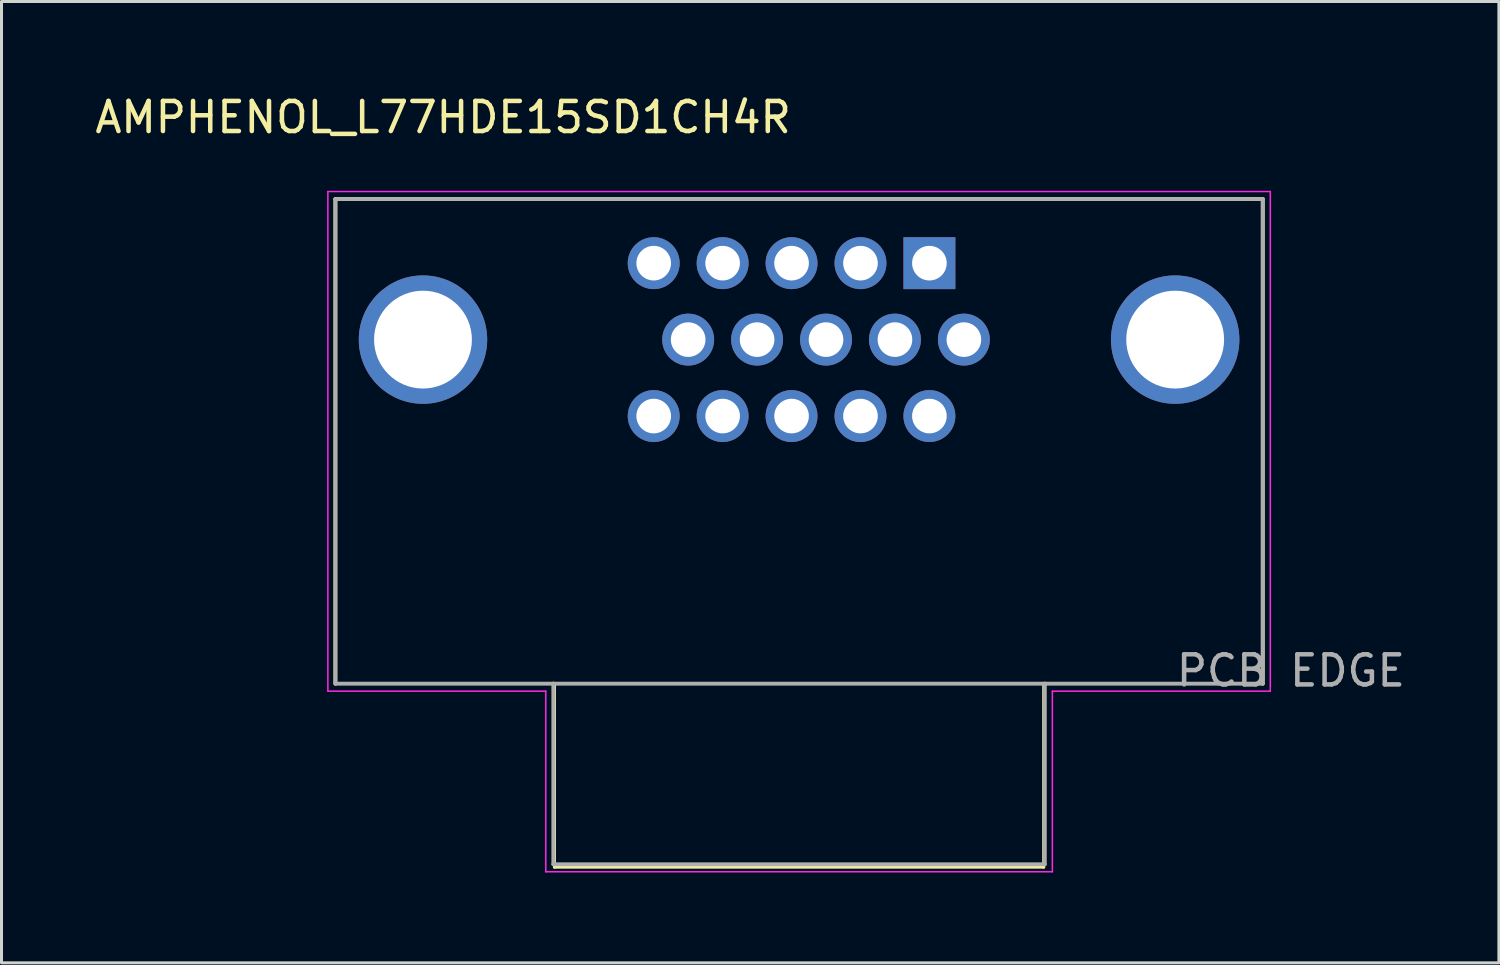
<source format=kicad_pcb>
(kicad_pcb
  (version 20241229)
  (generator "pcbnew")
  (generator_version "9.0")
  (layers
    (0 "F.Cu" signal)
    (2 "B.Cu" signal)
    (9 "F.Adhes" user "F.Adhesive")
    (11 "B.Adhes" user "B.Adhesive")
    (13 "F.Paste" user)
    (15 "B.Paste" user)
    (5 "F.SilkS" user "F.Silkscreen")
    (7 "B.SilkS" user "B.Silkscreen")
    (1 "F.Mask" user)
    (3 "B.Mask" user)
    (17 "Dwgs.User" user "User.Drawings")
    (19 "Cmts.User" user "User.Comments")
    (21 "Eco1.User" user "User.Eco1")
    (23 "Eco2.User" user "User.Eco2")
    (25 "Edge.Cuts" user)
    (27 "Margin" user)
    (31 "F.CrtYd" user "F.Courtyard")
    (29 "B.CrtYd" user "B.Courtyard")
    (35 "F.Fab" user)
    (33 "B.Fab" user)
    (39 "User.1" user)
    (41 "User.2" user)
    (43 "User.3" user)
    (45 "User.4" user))
  (footprint "AMPHENOL_L77HDE15SD1CH4R"
    (layer "F.Cu")
    (at 23.498 8.233)
    (property "Reference" "AMPHENOL_L77HDE15SD1CH4R" (at -11.825 -7.385 0) (layer "F.SilkS") (effects (font (size 1 1) (thickness 0.15))))
    (attr through_hole)
    (fp_line (start -15.405 -4.67) (end 15.405 -4.67) (stroke (width 0.127) (type solid)) (layer "F.SilkS"))
    (fp_line (start -15.405 11.43) (end -15.405 -4.67) (stroke (width 0.127) (type solid)) (layer "F.SilkS"))
    (fp_line (start -15.405 11.43) (end 15.405 11.43) (stroke (width 0.1) (type default)) (layer "F.SilkS"))
    (fp_line (start -8.128 11.43) (end -8.128 17.526) (stroke (width 0.1) (type default)) (layer "F.SilkS"))
    (fp_line (start -8.128 17.526) (end 8.128 17.526) (stroke (width 0.1) (type default)) (layer "F.SilkS"))
    (fp_line (start 8.128 11.43) (end 8.128 17.526) (stroke (width 0.1) (type default)) (layer "F.SilkS"))
    (fp_line (start 15.405 -4.67) (end 15.405 11.43) (stroke (width 0.127) (type solid)) (layer "F.SilkS"))
    (fp_line (start -15.655 -4.92) (end 15.655 -4.92) (stroke (width 0.05) (type solid)) (layer "F.CrtYd"))
    (fp_line (start -15.655 11.68) (end -15.655 -4.92) (stroke (width 0.05) (type solid)) (layer "F.CrtYd"))
    (fp_line (start -8.415 11.68) (end -15.655 11.68) (stroke (width 0.05) (type solid)) (layer "F.CrtYd"))
    (fp_line (start -8.415 17.68) (end -8.415 11.68) (stroke (width 0.05) (type solid)) (layer "F.CrtYd"))
    (fp_line (start 8.415 11.68) (end 8.415 17.68) (stroke (width 0.05) (type solid)) (layer "F.CrtYd"))
    (fp_line (start 8.415 17.68) (end -8.415 17.68) (stroke (width 0.05) (type solid)) (layer "F.CrtYd"))
    (fp_line (start 15.655 -4.92) (end 15.655 11.68) (stroke (width 0.05) (type solid)) (layer "F.CrtYd"))
    (fp_line (start 15.655 11.68) (end 8.415 11.68) (stroke (width 0.05) (type solid)) (layer "F.CrtYd"))
    (fp_line (start -15.405 -4.67) (end 15.405 -4.67) (stroke (width 0.127) (type solid)) (layer "F.Fab"))
    (fp_line (start -15.405 11.43) (end -15.405 -4.67) (stroke (width 0.127) (type solid)) (layer "F.Fab"))
    (fp_line (start -8.165 11.43) (end -15.405 11.43) (stroke (width 0.127) (type solid)) (layer "F.Fab"))
    (fp_line (start -8.165 11.43) (end -8.165 17.43) (stroke (width 0.127) (type solid)) (layer "F.Fab"))
    (fp_line (start -8.165 17.43) (end 8.165 17.43) (stroke (width 0.127) (type solid)) (layer "F.Fab"))
    (fp_line (start 8.165 11.43) (end -8.165 11.43) (stroke (width 0.127) (type solid)) (layer "F.Fab"))
    (fp_line (start 8.165 17.43) (end 8.165 11.43) (stroke (width 0.127) (type solid)) (layer "F.Fab"))
    (fp_line (start 15.405 -4.67) (end 15.405 11.43) (stroke (width 0.127) (type solid)) (layer "F.Fab"))
    (fp_line (start 15.405 11.43) (end 8.165 11.43) (stroke (width 0.127) (type solid)) (layer "F.Fab"))
    (fp_text user "PCB EDGE" (at 16.34 11 0) (layer "F.Fab") (effects (font (size 1 1) (thickness 0.15))))
    (pad "1" thru_hole rect (at 4.33 -2.54) (size 1.725 1.725) (drill 1.15) (layers "*.Cu" "*.Mask"))
    (pad "2" thru_hole circle (at 2.04 -2.54) (size 1.725 1.725) (drill 1.15) (layers "*.Cu" "*.Mask"))
    (pad "3" thru_hole circle (at -0.25 -2.54) (size 1.725 1.725) (drill 1.15) (layers "*.Cu" "*.Mask"))
    (pad "4" thru_hole circle (at -2.54 -2.54) (size 1.725 1.725) (drill 1.15) (layers "*.Cu" "*.Mask"))
    (pad "5" thru_hole circle (at -4.83 -2.54) (size 1.725 1.725) (drill 1.15) (layers "*.Cu" "*.Mask"))
    (pad "6" thru_hole circle (at 5.475 0) (size 1.725 1.725) (drill 1.15) (layers "*.Cu" "*.Mask"))
    (pad "7" thru_hole circle (at 3.185 0) (size 1.725 1.725) (drill 1.15) (layers "*.Cu" "*.Mask"))
    (pad "8" thru_hole circle (at 0.895 0) (size 1.725 1.725) (drill 1.15) (layers "*.Cu" "*.Mask"))
    (pad "9" thru_hole circle (at -1.395 0) (size 1.725 1.725) (drill 1.15) (layers "*.Cu" "*.Mask"))
    (pad "10" thru_hole circle (at -3.685 0) (size 1.725 1.725) (drill 1.15) (layers "*.Cu" "*.Mask"))
    (pad "11" thru_hole circle (at 4.33 2.54) (size 1.725 1.725) (drill 1.15) (layers "*.Cu" "*.Mask"))
    (pad "12" thru_hole circle (at 2.04 2.54) (size 1.725 1.725) (drill 1.15) (layers "*.Cu" "*.Mask"))
    (pad "13" thru_hole circle (at -0.25 2.54) (size 1.725 1.725) (drill 1.15) (layers "*.Cu" "*.Mask"))
    (pad "14" thru_hole circle (at -2.54 2.54) (size 1.725 1.725) (drill 1.15) (layers "*.Cu" "*.Mask"))
    (pad "15" thru_hole circle (at -4.83 2.54) (size 1.725 1.725) (drill 1.15) (layers "*.Cu" "*.Mask"))
    (pad "S1" thru_hole circle (at -12.495 0) (size 4.266 4.266) (drill 3.25) (layers "*.Cu" "*.Mask"))
    (pad "S2" thru_hole circle (at 12.495 0) (size 4.266 4.266) (drill 3.25) (layers "*.Cu" "*.Mask")))
  (gr_rect
    (start -3 -3)
    (end 46.748 28.938)
    (stroke (width 0.1) (type default))
    (fill no)
    (layer "Edge.Cuts")))
</source>
